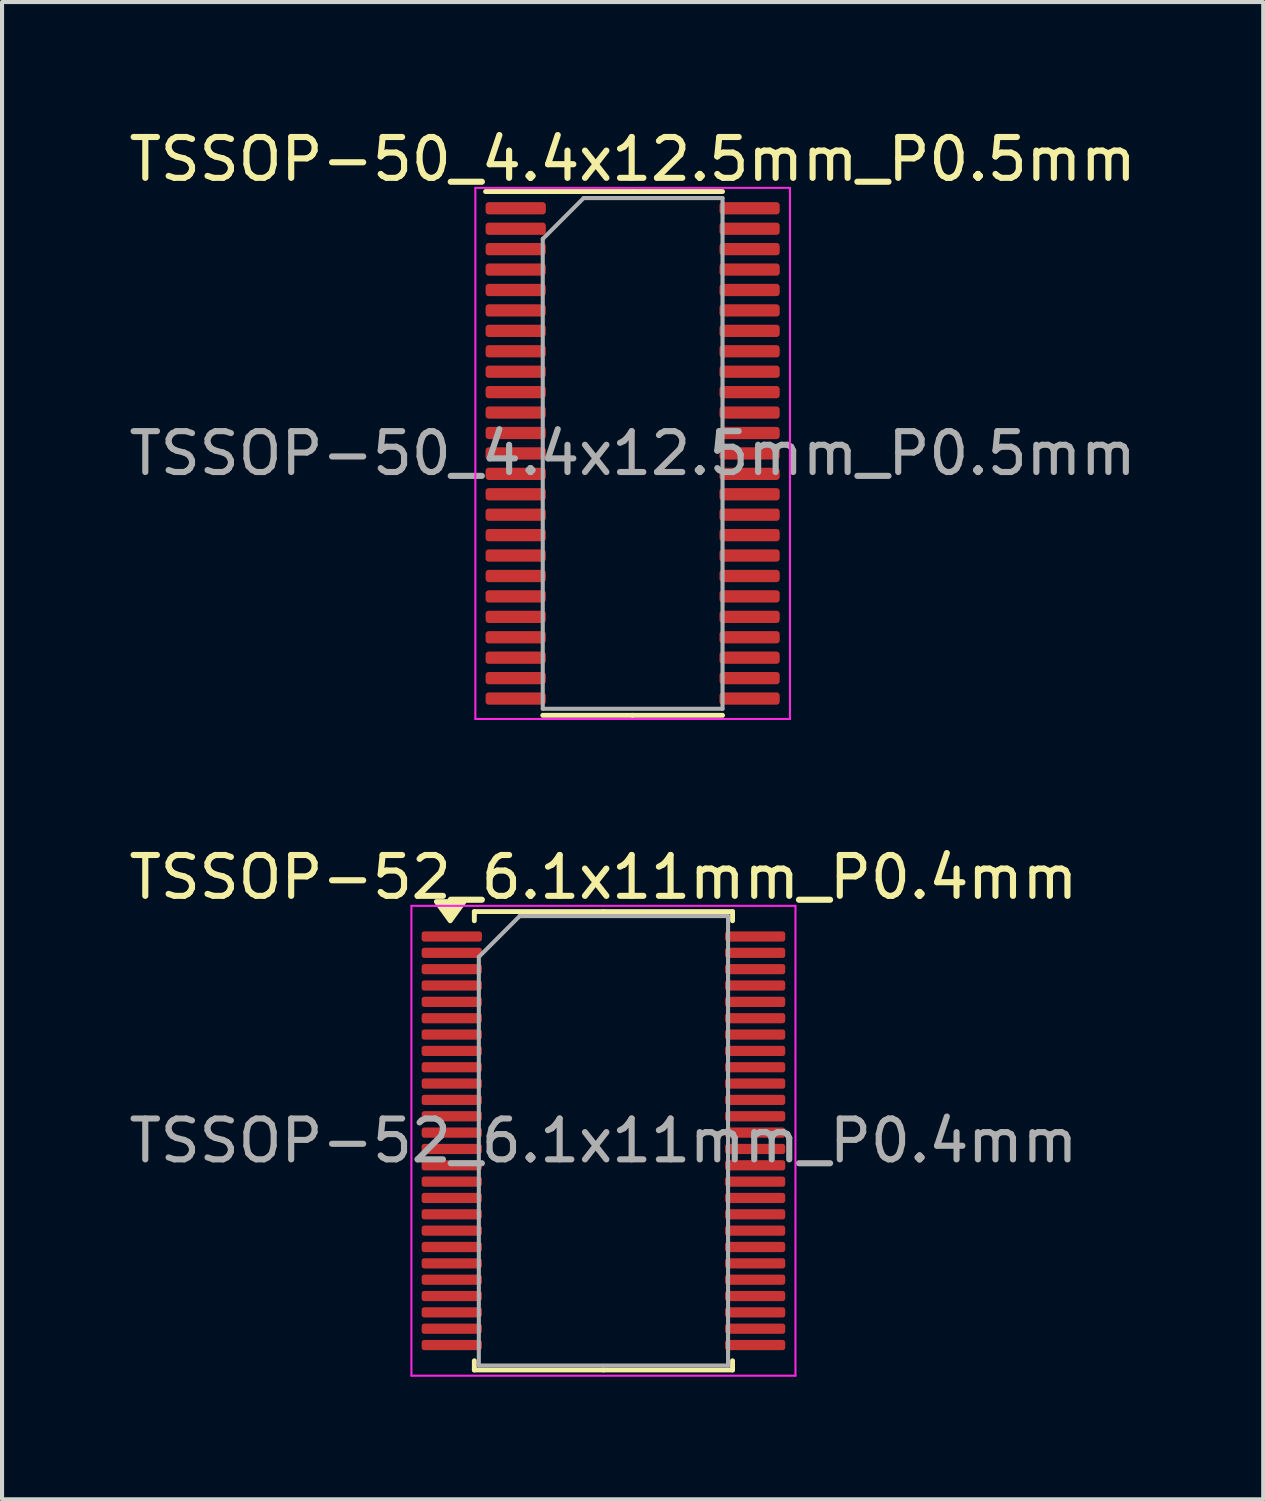
<source format=kicad_pcb>
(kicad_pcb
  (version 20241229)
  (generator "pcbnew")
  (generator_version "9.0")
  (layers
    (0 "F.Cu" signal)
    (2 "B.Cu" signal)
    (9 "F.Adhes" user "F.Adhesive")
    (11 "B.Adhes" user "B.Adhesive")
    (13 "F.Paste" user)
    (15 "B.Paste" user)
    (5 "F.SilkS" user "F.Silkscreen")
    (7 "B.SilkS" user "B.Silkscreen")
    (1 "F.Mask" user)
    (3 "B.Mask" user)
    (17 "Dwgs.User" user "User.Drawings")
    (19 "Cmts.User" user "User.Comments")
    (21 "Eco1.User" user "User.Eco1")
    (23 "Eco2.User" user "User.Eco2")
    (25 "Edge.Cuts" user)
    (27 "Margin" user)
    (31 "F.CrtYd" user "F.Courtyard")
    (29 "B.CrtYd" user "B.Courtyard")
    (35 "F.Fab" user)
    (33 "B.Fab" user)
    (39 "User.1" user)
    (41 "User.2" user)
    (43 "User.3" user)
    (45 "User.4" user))
  (footprint "TSSOP-50_4.4x12.5mm_P0.5mm"
    (layer "F.Cu")
    (at 12.435 8.048)
    (property "Reference" "TSSOP-50_4.4x12.5mm_P0.5mm" (at 0 -7.2 0) (layer "F.SilkS") (effects (font (size 1 1) (thickness 0.15))))
    (attr smd)
    (fp_line (start 0 -6.41) (end -3.6 -6.41) (stroke (width 0.12) (type solid)) (layer "F.SilkS"))
    (fp_line (start 0 -6.41) (end 2.2 -6.41) (stroke (width 0.12) (type solid)) (layer "F.SilkS"))
    (fp_line (start 0 6.41) (end -2.2 6.41) (stroke (width 0.12) (type solid)) (layer "F.SilkS"))
    (fp_line (start 0 6.41) (end 2.2 6.41) (stroke (width 0.12) (type solid)) (layer "F.SilkS"))
    (fp_line (start -3.85 -6.5) (end -3.85 6.5) (stroke (width 0.05) (type solid)) (layer "F.CrtYd"))
    (fp_line (start -3.85 6.5) (end 3.85 6.5) (stroke (width 0.05) (type solid)) (layer "F.CrtYd"))
    (fp_line (start 3.85 -6.5) (end -3.85 -6.5) (stroke (width 0.05) (type solid)) (layer "F.CrtYd"))
    (fp_line (start 3.85 6.5) (end 3.85 -6.5) (stroke (width 0.05) (type solid)) (layer "F.CrtYd"))
    (fp_line (start -2.2 -5.25) (end -1.2 -6.25) (stroke (width 0.1) (type solid)) (layer "F.Fab"))
    (fp_line (start -2.2 6.25) (end -2.2 -5.25) (stroke (width 0.1) (type solid)) (layer "F.Fab"))
    (fp_line (start -1.2 -6.25) (end 2.2 -6.25) (stroke (width 0.1) (type solid)) (layer "F.Fab"))
    (fp_line (start 2.2 -6.25) (end 2.2 6.25) (stroke (width 0.1) (type solid)) (layer "F.Fab"))
    (fp_line (start 2.2 6.25) (end -2.2 6.25) (stroke (width 0.1) (type solid)) (layer "F.Fab"))
    (fp_text user "${REFERENCE}" (at 0 0 0) (layer "F.Fab") (effects (font (size 1 1) (thickness 0.15))))
    (pad "1" smd roundrect (at -2.862 -6) (size 1.475 0.3) (layers "F.Cu" "F.Mask" "F.Paste") (roundrect_rratio 0.25))
    (pad "2" smd roundrect (at -2.862 -5.5) (size 1.475 0.3) (layers "F.Cu" "F.Mask" "F.Paste") (roundrect_rratio 0.25))
    (pad "3" smd roundrect (at -2.862 -5) (size 1.475 0.3) (layers "F.Cu" "F.Mask" "F.Paste") (roundrect_rratio 0.25))
    (pad "4" smd roundrect (at -2.862 -4.5) (size 1.475 0.3) (layers "F.Cu" "F.Mask" "F.Paste") (roundrect_rratio 0.25))
    (pad "5" smd roundrect (at -2.862 -4) (size 1.475 0.3) (layers "F.Cu" "F.Mask" "F.Paste") (roundrect_rratio 0.25))
    (pad "6" smd roundrect (at -2.862 -3.5) (size 1.475 0.3) (layers "F.Cu" "F.Mask" "F.Paste") (roundrect_rratio 0.25))
    (pad "7" smd roundrect (at -2.862 -3) (size 1.475 0.3) (layers "F.Cu" "F.Mask" "F.Paste") (roundrect_rratio 0.25))
    (pad "8" smd roundrect (at -2.862 -2.5) (size 1.475 0.3) (layers "F.Cu" "F.Mask" "F.Paste") (roundrect_rratio 0.25))
    (pad "9" smd roundrect (at -2.862 -2) (size 1.475 0.3) (layers "F.Cu" "F.Mask" "F.Paste") (roundrect_rratio 0.25))
    (pad "10" smd roundrect (at -2.862 -1.5) (size 1.475 0.3) (layers "F.Cu" "F.Mask" "F.Paste") (roundrect_rratio 0.25))
    (pad "11" smd roundrect (at -2.862 -1) (size 1.475 0.3) (layers "F.Cu" "F.Mask" "F.Paste") (roundrect_rratio 0.25))
    (pad "12" smd roundrect (at -2.862 -0.5) (size 1.475 0.3) (layers "F.Cu" "F.Mask" "F.Paste") (roundrect_rratio 0.25))
    (pad "13" smd roundrect (at -2.862 0) (size 1.475 0.3) (layers "F.Cu" "F.Mask" "F.Paste") (roundrect_rratio 0.25))
    (pad "14" smd roundrect (at -2.862 0.5) (size 1.475 0.3) (layers "F.Cu" "F.Mask" "F.Paste") (roundrect_rratio 0.25))
    (pad "15" smd roundrect (at -2.862 1) (size 1.475 0.3) (layers "F.Cu" "F.Mask" "F.Paste") (roundrect_rratio 0.25))
    (pad "16" smd roundrect (at -2.862 1.5) (size 1.475 0.3) (layers "F.Cu" "F.Mask" "F.Paste") (roundrect_rratio 0.25))
    (pad "17" smd roundrect (at -2.862 2) (size 1.475 0.3) (layers "F.Cu" "F.Mask" "F.Paste") (roundrect_rratio 0.25))
    (pad "18" smd roundrect (at -2.862 2.5) (size 1.475 0.3) (layers "F.Cu" "F.Mask" "F.Paste") (roundrect_rratio 0.25))
    (pad "19" smd roundrect (at -2.862 3) (size 1.475 0.3) (layers "F.Cu" "F.Mask" "F.Paste") (roundrect_rratio 0.25))
    (pad "20" smd roundrect (at -2.862 3.5) (size 1.475 0.3) (layers "F.Cu" "F.Mask" "F.Paste") (roundrect_rratio 0.25))
    (pad "21" smd roundrect (at -2.862 4) (size 1.475 0.3) (layers "F.Cu" "F.Mask" "F.Paste") (roundrect_rratio 0.25))
    (pad "22" smd roundrect (at -2.862 4.5) (size 1.475 0.3) (layers "F.Cu" "F.Mask" "F.Paste") (roundrect_rratio 0.25))
    (pad "23" smd roundrect (at -2.862 5) (size 1.475 0.3) (layers "F.Cu" "F.Mask" "F.Paste") (roundrect_rratio 0.25))
    (pad "24" smd roundrect (at -2.862 5.5) (size 1.475 0.3) (layers "F.Cu" "F.Mask" "F.Paste") (roundrect_rratio 0.25))
    (pad "25" smd roundrect (at -2.862 6) (size 1.475 0.3) (layers "F.Cu" "F.Mask" "F.Paste") (roundrect_rratio 0.25))
    (pad "26" smd roundrect (at 2.862 6) (size 1.475 0.3) (layers "F.Cu" "F.Mask" "F.Paste") (roundrect_rratio 0.25))
    (pad "27" smd roundrect (at 2.862 5.5) (size 1.475 0.3) (layers "F.Cu" "F.Mask" "F.Paste") (roundrect_rratio 0.25))
    (pad "28" smd roundrect (at 2.862 5) (size 1.475 0.3) (layers "F.Cu" "F.Mask" "F.Paste") (roundrect_rratio 0.25))
    (pad "29" smd roundrect (at 2.862 4.5) (size 1.475 0.3) (layers "F.Cu" "F.Mask" "F.Paste") (roundrect_rratio 0.25))
    (pad "30" smd roundrect (at 2.862 4) (size 1.475 0.3) (layers "F.Cu" "F.Mask" "F.Paste") (roundrect_rratio 0.25))
    (pad "31" smd roundrect (at 2.862 3.5) (size 1.475 0.3) (layers "F.Cu" "F.Mask" "F.Paste") (roundrect_rratio 0.25))
    (pad "32" smd roundrect (at 2.862 3) (size 1.475 0.3) (layers "F.Cu" "F.Mask" "F.Paste") (roundrect_rratio 0.25))
    (pad "33" smd roundrect (at 2.862 2.5) (size 1.475 0.3) (layers "F.Cu" "F.Mask" "F.Paste") (roundrect_rratio 0.25))
    (pad "34" smd roundrect (at 2.862 2) (size 1.475 0.3) (layers "F.Cu" "F.Mask" "F.Paste") (roundrect_rratio 0.25))
    (pad "35" smd roundrect (at 2.862 1.5) (size 1.475 0.3) (layers "F.Cu" "F.Mask" "F.Paste") (roundrect_rratio 0.25))
    (pad "36" smd roundrect (at 2.862 1) (size 1.475 0.3) (layers "F.Cu" "F.Mask" "F.Paste") (roundrect_rratio 0.25))
    (pad "37" smd roundrect (at 2.862 0.5) (size 1.475 0.3) (layers "F.Cu" "F.Mask" "F.Paste") (roundrect_rratio 0.25))
    (pad "38" smd roundrect (at 2.862 0) (size 1.475 0.3) (layers "F.Cu" "F.Mask" "F.Paste") (roundrect_rratio 0.25))
    (pad "39" smd roundrect (at 2.862 -0.5) (size 1.475 0.3) (layers "F.Cu" "F.Mask" "F.Paste") (roundrect_rratio 0.25))
    (pad "40" smd roundrect (at 2.862 -1) (size 1.475 0.3) (layers "F.Cu" "F.Mask" "F.Paste") (roundrect_rratio 0.25))
    (pad "41" smd roundrect (at 2.862 -1.5) (size 1.475 0.3) (layers "F.Cu" "F.Mask" "F.Paste") (roundrect_rratio 0.25))
    (pad "42" smd roundrect (at 2.862 -2) (size 1.475 0.3) (layers "F.Cu" "F.Mask" "F.Paste") (roundrect_rratio 0.25))
    (pad "43" smd roundrect (at 2.862 -2.5) (size 1.475 0.3) (layers "F.Cu" "F.Mask" "F.Paste") (roundrect_rratio 0.25))
    (pad "44" smd roundrect (at 2.862 -3) (size 1.475 0.3) (layers "F.Cu" "F.Mask" "F.Paste") (roundrect_rratio 0.25))
    (pad "45" smd roundrect (at 2.862 -3.5) (size 1.475 0.3) (layers "F.Cu" "F.Mask" "F.Paste") (roundrect_rratio 0.25))
    (pad "46" smd roundrect (at 2.862 -4) (size 1.475 0.3) (layers "F.Cu" "F.Mask" "F.Paste") (roundrect_rratio 0.25))
    (pad "47" smd roundrect (at 2.862 -4.5) (size 1.475 0.3) (layers "F.Cu" "F.Mask" "F.Paste") (roundrect_rratio 0.25))
    (pad "48" smd roundrect (at 2.862 -5) (size 1.475 0.3) (layers "F.Cu" "F.Mask" "F.Paste") (roundrect_rratio 0.25))
    (pad "49" smd roundrect (at 2.862 -5.5) (size 1.475 0.3) (layers "F.Cu" "F.Mask" "F.Paste") (roundrect_rratio 0.25))
    (pad "50" smd roundrect (at 2.862 -6) (size 1.475 0.3) (layers "F.Cu" "F.Mask" "F.Paste") (roundrect_rratio 0.25)))
  (footprint "TSSOP-52_6.1x11mm_P0.4mm"
    (layer "F.Cu")
    (at 11.72 24.872)
    (property "Reference" "TSSOP-52_6.1x11mm_P0.4mm" (at 0 -6.45 0) (layer "F.SilkS") (effects (font (size 1 1) (thickness 0.15))))
    (attr smd)
    (fp_line (start -3.16 -5.61) (end -3.16 -5.385) (stroke (width 0.12) (type solid)) (layer "F.SilkS"))
    (fp_line (start -3.16 5.61) (end -3.16 5.385) (stroke (width 0.12) (type solid)) (layer "F.SilkS"))
    (fp_line (start 0 -5.61) (end -3.16 -5.61) (stroke (width 0.12) (type solid)) (layer "F.SilkS"))
    (fp_line (start 0 -5.61) (end 3.16 -5.61) (stroke (width 0.12) (type solid)) (layer "F.SilkS"))
    (fp_line (start 0 5.61) (end -3.16 5.61) (stroke (width 0.12) (type solid)) (layer "F.SilkS"))
    (fp_line (start 0 5.61) (end 3.16 5.61) (stroke (width 0.12) (type solid)) (layer "F.SilkS"))
    (fp_line (start 3.16 -5.61) (end 3.16 -5.385) (stroke (width 0.12) (type solid)) (layer "F.SilkS"))
    (fp_line (start 3.16 5.61) (end 3.16 5.385) (stroke (width 0.12) (type solid)) (layer "F.SilkS"))
    (fp_poly (pts (xy -3.75 -5.385) (xy -4.09 -5.855) (xy -3.41 -5.855) (xy -3.75 -5.385)) (stroke (width 0.12) (type solid)) (fill yes) (layer "F.SilkS"))
    (fp_line (start -4.7 -5.75) (end -4.7 5.75) (stroke (width 0.05) (type solid)) (layer "F.CrtYd"))
    (fp_line (start -4.7 5.75) (end 4.7 5.75) (stroke (width 0.05) (type solid)) (layer "F.CrtYd"))
    (fp_line (start 4.7 -5.75) (end -4.7 -5.75) (stroke (width 0.05) (type solid)) (layer "F.CrtYd"))
    (fp_line (start 4.7 5.75) (end 4.7 -5.75) (stroke (width 0.05) (type solid)) (layer "F.CrtYd"))
    (fp_line (start -3.05 -4.5) (end -2.05 -5.5) (stroke (width 0.1) (type solid)) (layer "F.Fab"))
    (fp_line (start -3.05 5.5) (end -3.05 -4.5) (stroke (width 0.1) (type solid)) (layer "F.Fab"))
    (fp_line (start -2.05 -5.5) (end 3.05 -5.5) (stroke (width 0.1) (type solid)) (layer "F.Fab"))
    (fp_line (start 3.05 -5.5) (end 3.05 5.5) (stroke (width 0.1) (type solid)) (layer "F.Fab"))
    (fp_line (start 3.05 5.5) (end -3.05 5.5) (stroke (width 0.1) (type solid)) (layer "F.Fab"))
    (fp_text user "${REFERENCE}" (at 0 0 0) (layer "F.Fab") (effects (font (size 1 1) (thickness 0.15))))
    (pad "1" smd roundrect (at -3.712 -5) (size 1.475 0.25) (layers "F.Cu" "F.Mask" "F.Paste") (roundrect_rratio 0.25))
    (pad "2" smd roundrect (at -3.712 -4.6) (size 1.475 0.25) (layers "F.Cu" "F.Mask" "F.Paste") (roundrect_rratio 0.25))
    (pad "3" smd roundrect (at -3.712 -4.2) (size 1.475 0.25) (layers "F.Cu" "F.Mask" "F.Paste") (roundrect_rratio 0.25))
    (pad "4" smd roundrect (at -3.712 -3.8) (size 1.475 0.25) (layers "F.Cu" "F.Mask" "F.Paste") (roundrect_rratio 0.25))
    (pad "5" smd roundrect (at -3.712 -3.4) (size 1.475 0.25) (layers "F.Cu" "F.Mask" "F.Paste") (roundrect_rratio 0.25))
    (pad "6" smd roundrect (at -3.712 -3) (size 1.475 0.25) (layers "F.Cu" "F.Mask" "F.Paste") (roundrect_rratio 0.25))
    (pad "7" smd roundrect (at -3.712 -2.6) (size 1.475 0.25) (layers "F.Cu" "F.Mask" "F.Paste") (roundrect_rratio 0.25))
    (pad "8" smd roundrect (at -3.712 -2.2) (size 1.475 0.25) (layers "F.Cu" "F.Mask" "F.Paste") (roundrect_rratio 0.25))
    (pad "9" smd roundrect (at -3.712 -1.8) (size 1.475 0.25) (layers "F.Cu" "F.Mask" "F.Paste") (roundrect_rratio 0.25))
    (pad "10" smd roundrect (at -3.712 -1.4) (size 1.475 0.25) (layers "F.Cu" "F.Mask" "F.Paste") (roundrect_rratio 0.25))
    (pad "11" smd roundrect (at -3.712 -1) (size 1.475 0.25) (layers "F.Cu" "F.Mask" "F.Paste") (roundrect_rratio 0.25))
    (pad "12" smd roundrect (at -3.712 -0.6) (size 1.475 0.25) (layers "F.Cu" "F.Mask" "F.Paste") (roundrect_rratio 0.25))
    (pad "13" smd roundrect (at -3.712 -0.2) (size 1.475 0.25) (layers "F.Cu" "F.Mask" "F.Paste") (roundrect_rratio 0.25))
    (pad "14" smd roundrect (at -3.712 0.2) (size 1.475 0.25) (layers "F.Cu" "F.Mask" "F.Paste") (roundrect_rratio 0.25))
    (pad "15" smd roundrect (at -3.712 0.6) (size 1.475 0.25) (layers "F.Cu" "F.Mask" "F.Paste") (roundrect_rratio 0.25))
    (pad "16" smd roundrect (at -3.712 1) (size 1.475 0.25) (layers "F.Cu" "F.Mask" "F.Paste") (roundrect_rratio 0.25))
    (pad "17" smd roundrect (at -3.712 1.4) (size 1.475 0.25) (layers "F.Cu" "F.Mask" "F.Paste") (roundrect_rratio 0.25))
    (pad "18" smd roundrect (at -3.712 1.8) (size 1.475 0.25) (layers "F.Cu" "F.Mask" "F.Paste") (roundrect_rratio 0.25))
    (pad "19" smd roundrect (at -3.712 2.2) (size 1.475 0.25) (layers "F.Cu" "F.Mask" "F.Paste") (roundrect_rratio 0.25))
    (pad "20" smd roundrect (at -3.712 2.6) (size 1.475 0.25) (layers "F.Cu" "F.Mask" "F.Paste") (roundrect_rratio 0.25))
    (pad "21" smd roundrect (at -3.712 3) (size 1.475 0.25) (layers "F.Cu" "F.Mask" "F.Paste") (roundrect_rratio 0.25))
    (pad "22" smd roundrect (at -3.712 3.4) (size 1.475 0.25) (layers "F.Cu" "F.Mask" "F.Paste") (roundrect_rratio 0.25))
    (pad "23" smd roundrect (at -3.712 3.8) (size 1.475 0.25) (layers "F.Cu" "F.Mask" "F.Paste") (roundrect_rratio 0.25))
    (pad "24" smd roundrect (at -3.712 4.2) (size 1.475 0.25) (layers "F.Cu" "F.Mask" "F.Paste") (roundrect_rratio 0.25))
    (pad "25" smd roundrect (at -3.712 4.6) (size 1.475 0.25) (layers "F.Cu" "F.Mask" "F.Paste") (roundrect_rratio 0.25))
    (pad "26" smd roundrect (at -3.712 5) (size 1.475 0.25) (layers "F.Cu" "F.Mask" "F.Paste") (roundrect_rratio 0.25))
    (pad "27" smd roundrect (at 3.712 5) (size 1.475 0.25) (layers "F.Cu" "F.Mask" "F.Paste") (roundrect_rratio 0.25))
    (pad "28" smd roundrect (at 3.712 4.6) (size 1.475 0.25) (layers "F.Cu" "F.Mask" "F.Paste") (roundrect_rratio 0.25))
    (pad "29" smd roundrect (at 3.712 4.2) (size 1.475 0.25) (layers "F.Cu" "F.Mask" "F.Paste") (roundrect_rratio 0.25))
    (pad "30" smd roundrect (at 3.712 3.8) (size 1.475 0.25) (layers "F.Cu" "F.Mask" "F.Paste") (roundrect_rratio 0.25))
    (pad "31" smd roundrect (at 3.712 3.4) (size 1.475 0.25) (layers "F.Cu" "F.Mask" "F.Paste") (roundrect_rratio 0.25))
    (pad "32" smd roundrect (at 3.712 3) (size 1.475 0.25) (layers "F.Cu" "F.Mask" "F.Paste") (roundrect_rratio 0.25))
    (pad "33" smd roundrect (at 3.712 2.6) (size 1.475 0.25) (layers "F.Cu" "F.Mask" "F.Paste") (roundrect_rratio 0.25))
    (pad "34" smd roundrect (at 3.712 2.2) (size 1.475 0.25) (layers "F.Cu" "F.Mask" "F.Paste") (roundrect_rratio 0.25))
    (pad "35" smd roundrect (at 3.712 1.8) (size 1.475 0.25) (layers "F.Cu" "F.Mask" "F.Paste") (roundrect_rratio 0.25))
    (pad "36" smd roundrect (at 3.712 1.4) (size 1.475 0.25) (layers "F.Cu" "F.Mask" "F.Paste") (roundrect_rratio 0.25))
    (pad "37" smd roundrect (at 3.712 1) (size 1.475 0.25) (layers "F.Cu" "F.Mask" "F.Paste") (roundrect_rratio 0.25))
    (pad "38" smd roundrect (at 3.712 0.6) (size 1.475 0.25) (layers "F.Cu" "F.Mask" "F.Paste") (roundrect_rratio 0.25))
    (pad "39" smd roundrect (at 3.712 0.2) (size 1.475 0.25) (layers "F.Cu" "F.Mask" "F.Paste") (roundrect_rratio 0.25))
    (pad "40" smd roundrect (at 3.712 -0.2) (size 1.475 0.25) (layers "F.Cu" "F.Mask" "F.Paste") (roundrect_rratio 0.25))
    (pad "41" smd roundrect (at 3.712 -0.6) (size 1.475 0.25) (layers "F.Cu" "F.Mask" "F.Paste") (roundrect_rratio 0.25))
    (pad "42" smd roundrect (at 3.712 -1) (size 1.475 0.25) (layers "F.Cu" "F.Mask" "F.Paste") (roundrect_rratio 0.25))
    (pad "43" smd roundrect (at 3.712 -1.4) (size 1.475 0.25) (layers "F.Cu" "F.Mask" "F.Paste") (roundrect_rratio 0.25))
    (pad "44" smd roundrect (at 3.712 -1.8) (size 1.475 0.25) (layers "F.Cu" "F.Mask" "F.Paste") (roundrect_rratio 0.25))
    (pad "45" smd roundrect (at 3.712 -2.2) (size 1.475 0.25) (layers "F.Cu" "F.Mask" "F.Paste") (roundrect_rratio 0.25))
    (pad "46" smd roundrect (at 3.712 -2.6) (size 1.475 0.25) (layers "F.Cu" "F.Mask" "F.Paste") (roundrect_rratio 0.25))
    (pad "47" smd roundrect (at 3.712 -3) (size 1.475 0.25) (layers "F.Cu" "F.Mask" "F.Paste") (roundrect_rratio 0.25))
    (pad "48" smd roundrect (at 3.712 -3.4) (size 1.475 0.25) (layers "F.Cu" "F.Mask" "F.Paste") (roundrect_rratio 0.25))
    (pad "49" smd roundrect (at 3.712 -3.8) (size 1.475 0.25) (layers "F.Cu" "F.Mask" "F.Paste") (roundrect_rratio 0.25))
    (pad "50" smd roundrect (at 3.712 -4.2) (size 1.475 0.25) (layers "F.Cu" "F.Mask" "F.Paste") (roundrect_rratio 0.25))
    (pad "51" smd roundrect (at 3.712 -4.6) (size 1.475 0.25) (layers "F.Cu" "F.Mask" "F.Paste") (roundrect_rratio 0.25))
    (pad "52" smd roundrect (at 3.712 -5) (size 1.475 0.25) (layers "F.Cu" "F.Mask" "F.Paste") (roundrect_rratio 0.25)))
  (gr_rect
    (start -3 -3)
    (end 27.869 33.647)
    (stroke (width 0.1) (type default))
    (fill no)
    (layer "Edge.Cuts")))
</source>
